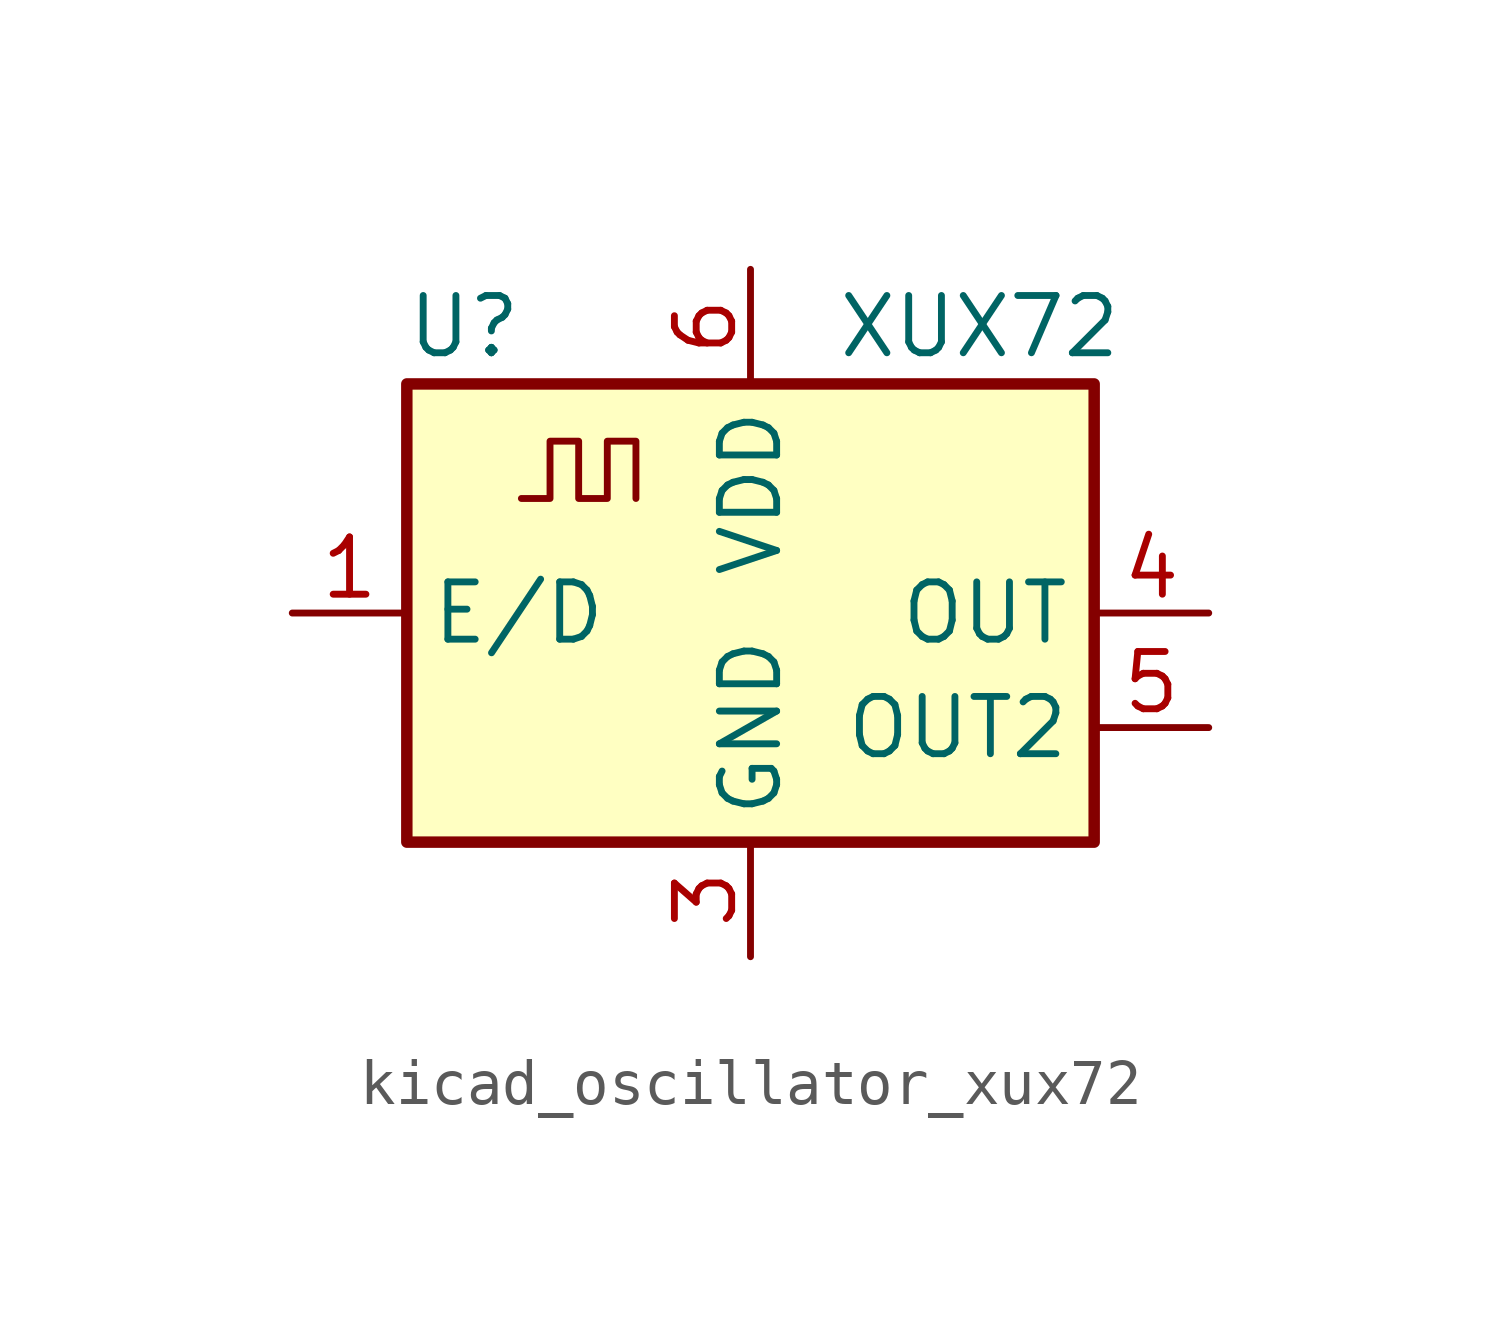
<source format=kicad_sym>
(kicad_symbol_lib
  (version 20220914)
  (generator kicad_symbol_editor)
  (symbol "kicad_oscillator_xux72"
    (property "Reference" "U"
      (at -6.35 6.35 0)
      (effects (font (size 1.27 1.27))))
    (property "Value" "XUX72"
      (at 5.08 6.35 0)
      (effects (font (size 1.27 1.27))))
    (symbol "kicad_oscillator_xux72_0_1"
      (rectangle (start -7.62 5.08) (end 7.62 -5.08) (stroke (width 0.254) (type default)) (fill (type background))))
    (symbol "kicad_oscillator_xux72_1_1"
      (polyline (pts (xy -5.08 2.54) (xy -4.445 2.54) (xy -4.445 3.81) (xy -3.81 3.81) (xy -3.81 2.54) (xy -3.175 2.54) (xy -3.175 3.81) (xy -2.54 3.81) (xy -2.54 2.54)) (stroke (width 0) (type default)) (fill (type none)))
      (pin input line (at -10.16 0 0) (length 2.54) (name "E/D" (effects (font (size 1.27 1.27)))) (number "1" (effects (font (size 1.27 1.27)))))
      (pin no_connect line (at -7.62 -2.54 0) (length 2.54) hide (name "NC" (effects (font (size 1.27 1.27)))) (number "2" (effects (font (size 1.27 1.27)))))
      (pin power_in line (at 0 -7.62 90) (length 2.54) (name "GND" (effects (font (size 1.27 1.27)))) (number "3" (effects (font (size 1.27 1.27)))))
      (pin output line (at 10.16 0 180) (length 2.54) (name "OUT" (effects (font (size 1.27 1.27)))) (number "4" (effects (font (size 1.27 1.27)))))
      (pin output line (at 10.16 -2.54 180) (length 2.54) (name "OUT2" (effects (font (size 1.27 1.27)))) (number "5" (effects (font (size 1.27 1.27)))))
      (pin power_in line (at 0 7.62 270) (length 2.54) (name "VDD" (effects (font (size 1.27 1.27)))) (number "6" (effects (font (size 1.27 1.27))))))))
</source>
